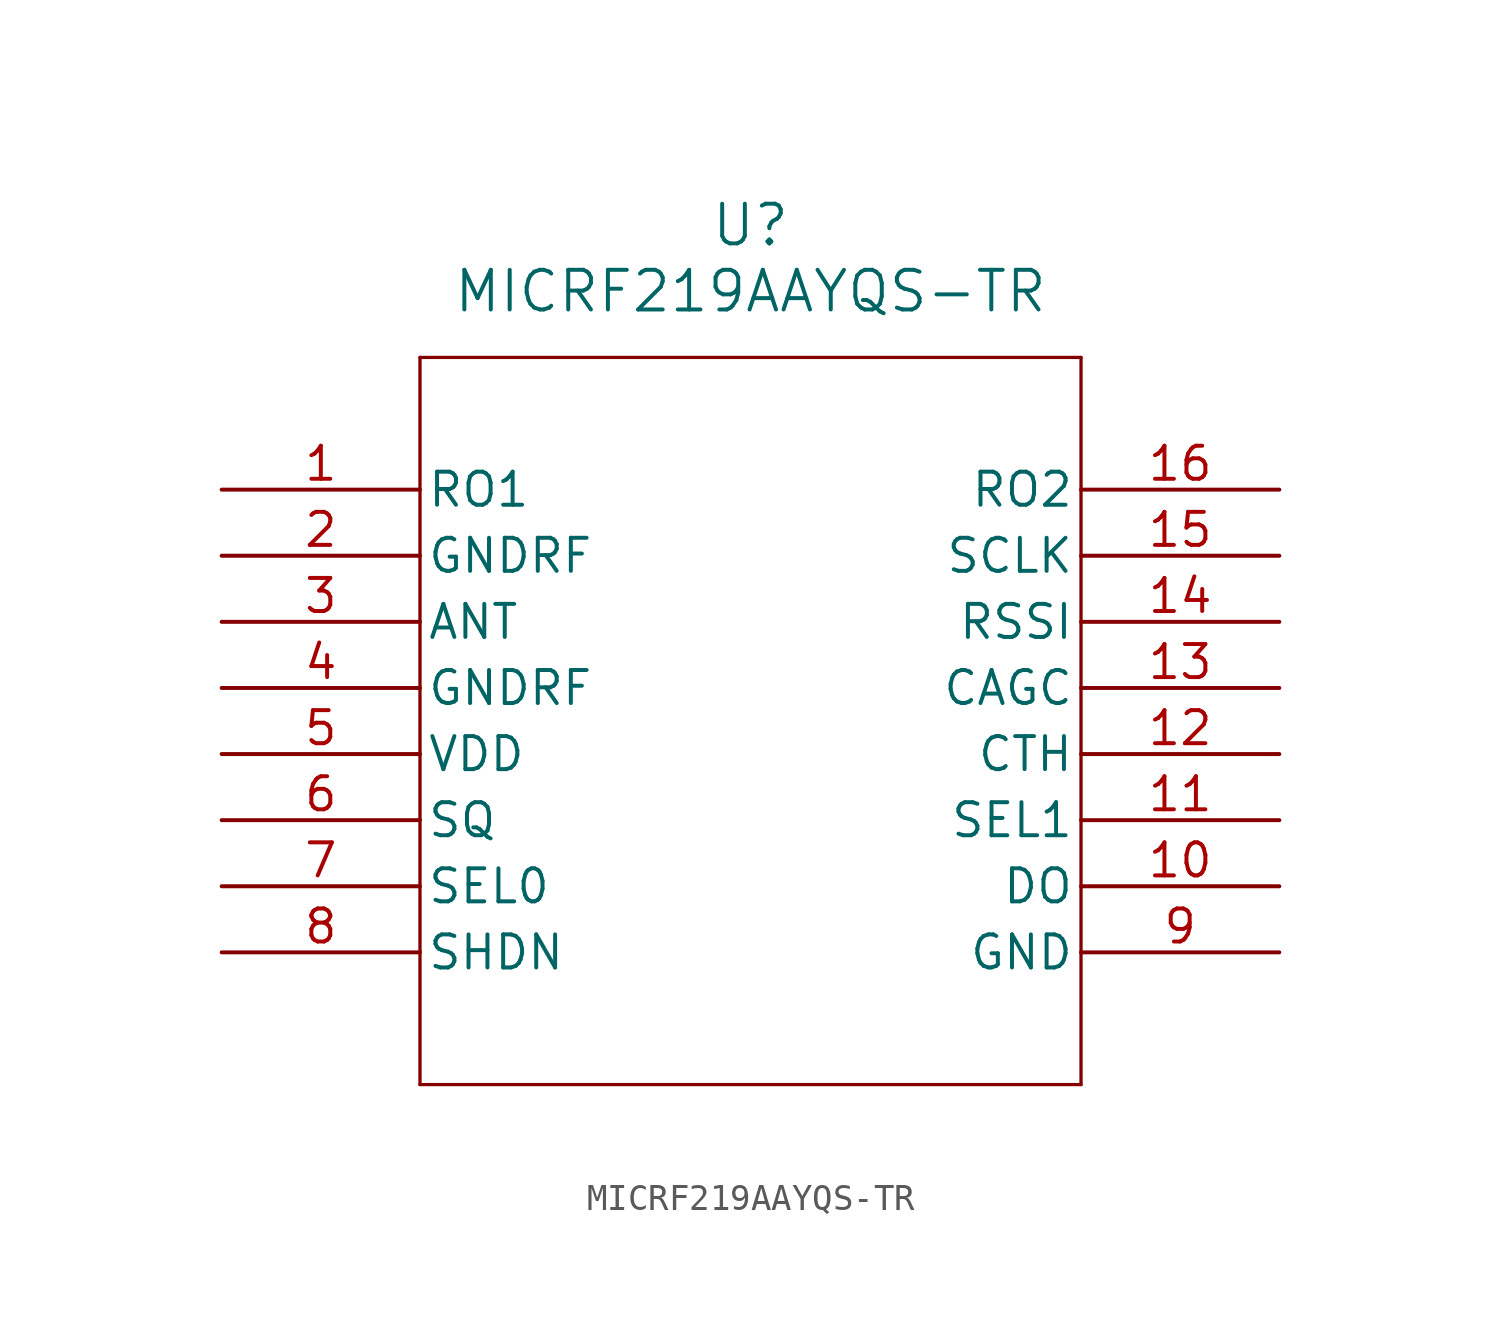
<source format=kicad_sym>
(kicad_symbol_lib
  (version 20211014)
  (generator kicad_symbol_editor)
  (symbol "MICRF219AAYQS-TR"
    (pin_names
      (offset 0.254))
    (property "Reference" "U"
      (at 20.32 10.16 0)
      (effects (font (size 1.524 1.524))))
    (property "Value" "MICRF219AAYQS-TR"
      (at 20.32 7.62 0)
      (effects (font (size 1.524 1.524))))
    (symbol "MICRF219AAYQS-TR_0_1"
      (polyline (pts (xy 7.62 5.08) (xy 7.62 -22.86)) (stroke (width 0.127) (type default) (color 0 0 0 0)) (fill (type none)))
      (polyline (pts (xy 7.62 -22.86) (xy 33.02 -22.86)) (stroke (width 0.127) (type default) (color 0 0 0 0)) (fill (type none)))
      (polyline (pts (xy 33.02 -22.86) (xy 33.02 5.08)) (stroke (width 0.127) (type default) (color 0 0 0 0)) (fill (type none)))
      (polyline (pts (xy 33.02 5.08) (xy 7.62 5.08)) (stroke (width 0.127) (type default) (color 0 0 0 0)) (fill (type none)))
      (pin input line (at 0 0 0) (length 7.62) (name "RO1" (effects (font (size 1.27 1.27)))) (number "1" (effects (font (size 1.27 1.27)))))
      (pin power_in line (at 0 -2.54 0) (length 7.62) (name "GNDRF" (effects (font (size 1.27 1.27)))) (number "2" (effects (font (size 1.27 1.27)))))
      (pin input line (at 0 -5.08 0) (length 7.62) (name "ANT" (effects (font (size 1.27 1.27)))) (number "3" (effects (font (size 1.27 1.27)))))
      (pin power_in line (at 0 -7.62 0) (length 7.62) (name "GNDRF" (effects (font (size 1.27 1.27)))) (number "4" (effects (font (size 1.27 1.27)))))
      (pin power_in line (at 0 -10.16 0) (length 7.62) (name "VDD" (effects (font (size 1.27 1.27)))) (number "5" (effects (font (size 1.27 1.27)))))
      (pin input line (at 0 -12.7 0) (length 7.62) (name "SQ" (effects (font (size 1.27 1.27)))) (number "6" (effects (font (size 1.27 1.27)))))
      (pin input line (at 0 -15.24 0) (length 7.62) (name "SEL0" (effects (font (size 1.27 1.27)))) (number "7" (effects (font (size 1.27 1.27)))))
      (pin input line (at 0 -17.78 0) (length 7.62) (name "SHDN" (effects (font (size 1.27 1.27)))) (number "8" (effects (font (size 1.27 1.27)))))
      (pin power_in line (at 40.64 -17.78 180) (length 7.62) (name "GND" (effects (font (size 1.27 1.27)))) (number "9" (effects (font (size 1.27 1.27)))))
      (pin output line (at 40.64 -15.24 180) (length 7.62) (name "DO" (effects (font (size 1.27 1.27)))) (number "10" (effects (font (size 1.27 1.27)))))
      (pin input line (at 40.64 -12.7 180) (length 7.62) (name "SEL1" (effects (font (size 1.27 1.27)))) (number "11" (effects (font (size 1.27 1.27)))))
      (pin unspecified line (at 40.64 -10.16 180) (length 7.62) (name "CTH" (effects (font (size 1.27 1.27)))) (number "12" (effects (font (size 1.27 1.27)))))
      (pin unspecified line (at 40.64 -7.62 180) (length 7.62) (name "CAGC" (effects (font (size 1.27 1.27)))) (number "13" (effects (font (size 1.27 1.27)))))
      (pin output line (at 40.64 -5.08 180) (length 7.62) (name "RSSI" (effects (font (size 1.27 1.27)))) (number "14" (effects (font (size 1.27 1.27)))))
      (pin input line (at 40.64 -2.54 180) (length 7.62) (name "SCLK" (effects (font (size 1.27 1.27)))) (number "15" (effects (font (size 1.27 1.27)))))
      (pin input line (at 40.64 0 180) (length 7.62) (name "RO2" (effects (font (size 1.27 1.27)))) (number "16" (effects (font (size 1.27 1.27))))))))
</source>
